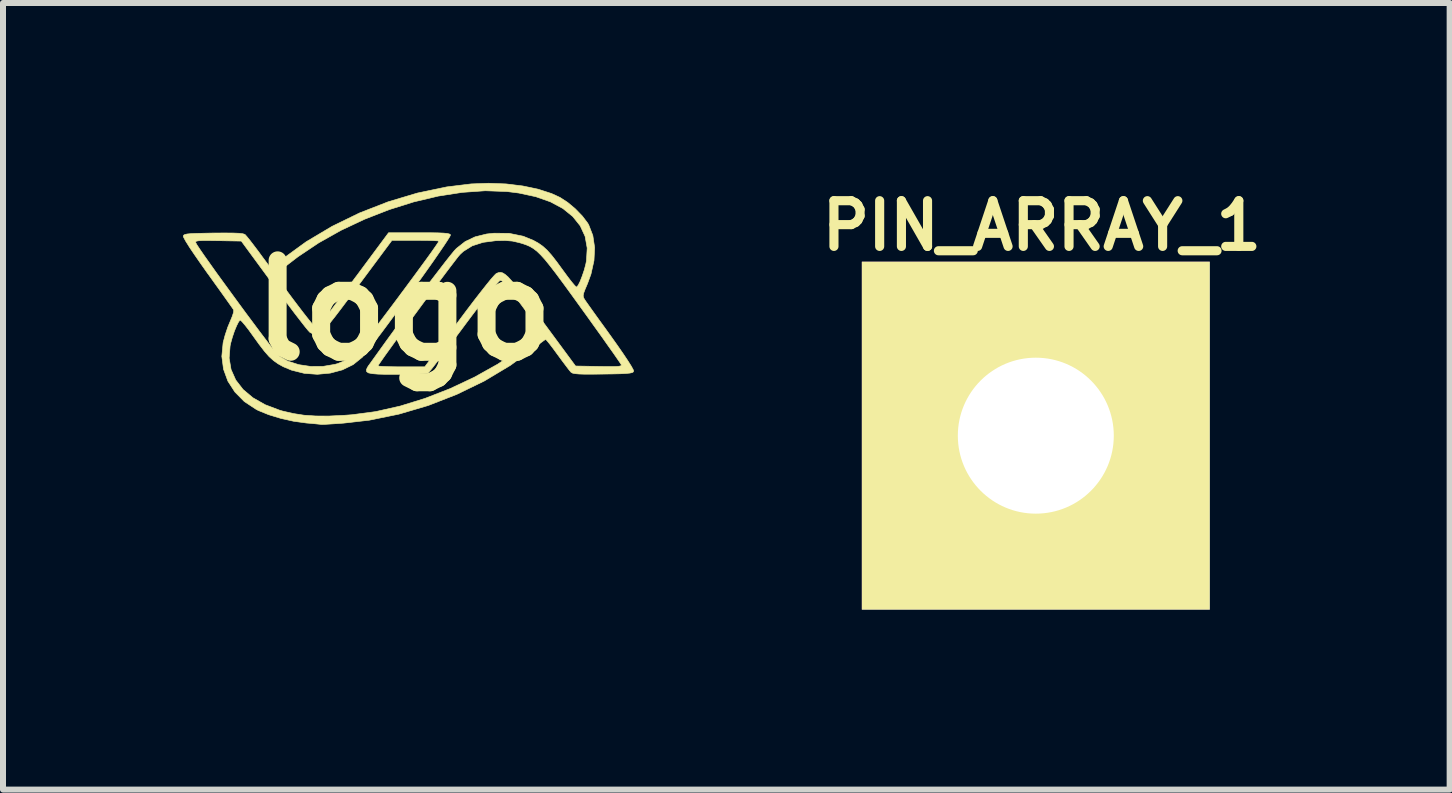
<source format=kicad_pcb>
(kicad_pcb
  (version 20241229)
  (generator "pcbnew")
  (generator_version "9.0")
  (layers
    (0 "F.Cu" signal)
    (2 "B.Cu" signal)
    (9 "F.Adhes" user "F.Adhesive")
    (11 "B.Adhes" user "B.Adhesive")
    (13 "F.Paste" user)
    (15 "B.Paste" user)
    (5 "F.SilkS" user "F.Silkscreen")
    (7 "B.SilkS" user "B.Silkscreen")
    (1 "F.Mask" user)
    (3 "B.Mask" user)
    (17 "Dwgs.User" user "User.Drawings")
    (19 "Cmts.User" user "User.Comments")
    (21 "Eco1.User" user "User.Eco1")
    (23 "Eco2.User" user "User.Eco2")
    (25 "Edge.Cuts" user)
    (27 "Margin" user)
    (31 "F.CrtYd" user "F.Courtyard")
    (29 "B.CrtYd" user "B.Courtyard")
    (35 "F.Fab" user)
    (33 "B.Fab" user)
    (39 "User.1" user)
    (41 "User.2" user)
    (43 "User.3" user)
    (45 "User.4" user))
  (footprint "PIN_ARRAY_1"
    (layer "F.Cu")
    (at 14.218 4.213)
    (property "Reference" "PIN_ARRAY_1" (at 0.1 -3.5 0) (layer "F.SilkS") (effects (font (size 0.762 0.762) (thickness 0.152))))
    (attr through_hole)
    (fp_line (start -1.27 -1.27) (end 1.27 -1.27) (stroke (width 0.152) (type solid)) (layer "F.SilkS"))
    (fp_line (start -1.27 1.27) (end -1.27 -1.27) (stroke (width 0.152) (type solid)) (layer "F.SilkS"))
    (fp_line (start 1.27 -1.27) (end 1.27 1.27) (stroke (width 0.152) (type solid)) (layer "F.SilkS"))
    (fp_line (start 1.27 1.27) (end -1.27 1.27) (stroke (width 0.152) (type solid)) (layer "F.SilkS"))
    (pad "1" thru_hole rect (at 0 0) (size 5.8 5.8) (drill 2.6) (layers "*.Cu" "*.Mask" "F.SilkS")))
  (footprint "logo"
    (layer "F.Cu")
    (at 3.683 2.125)
    (property "Reference" "logo" (at 0 0 0) (layer "F.SilkS") (effects (font (size 1.524 1.524) (thickness 0.3))))
    (attr through_hole)
    (fp_poly (pts (xy 1.703 -2.109) (xy 1.981 -2.075) (xy 2.238 -2.021) (xy 2.463 -1.948) (xy 2.602 -1.884) (xy 2.73 -1.801) (xy 2.86 -1.692) (xy 2.976 -1.572) (xy 3.064 -1.456) (xy 3.081 -1.427) (xy 3.15 -1.249) (xy 3.18 -1.047) (xy 3.169 -0.83) (xy 3.119 -0.605) (xy 3.062 -0.449) (xy 3.02 -0.35) (xy 2.996 -0.285) (xy 2.989 -0.242) (xy 2.997 -0.21) (xy 3.015 -0.179) (xy 3.041 -0.141) (xy 3.092 -0.069) (xy 3.164 0.032) (xy 3.253 0.156) (xy 3.354 0.295) (xy 3.448 0.426) (xy 3.559 0.582) (xy 3.656 0.722) (xy 3.734 0.839) (xy 3.792 0.931) (xy 3.824 0.99) (xy 3.83 1.01) (xy 3.823 1.026) (xy 3.804 1.037) (xy 3.765 1.045) (xy 3.702 1.051) (xy 3.606 1.056) (xy 3.471 1.059) (xy 3.323 1.061) (xy 3.147 1.063) (xy 3.014 1.063) (xy 2.919 1.06) (xy 2.855 1.054) (xy 2.814 1.046) (xy 2.79 1.033) (xy 2.786 1.03) (xy 2.756 0.995) (xy 2.705 0.928) (xy 2.638 0.839) (xy 2.564 0.738) (xy 2.563 0.737) (xy 2.492 0.64) (xy 2.431 0.56) (xy 2.386 0.505) (xy 2.365 0.483) (xy 2.364 0.483) (xy 2.339 0.498) (xy 2.285 0.538) (xy 2.21 0.596) (xy 2.172 0.627) (xy 1.774 0.917) (xy 1.342 1.176) (xy 0.883 1.399) (xy 0.406 1.585) (xy -0.083 1.729) (xy -0.576 1.83) (xy -1.005 1.879) (xy -1.133 1.888) (xy -1.243 1.895) (xy -1.324 1.9) (xy -1.367 1.901) (xy -1.372 1.901) (xy -1.401 1.898) (xy -1.469 1.891) (xy -1.564 1.882) (xy -1.626 1.877) (xy -1.836 1.848) (xy -2.051 1.8) (xy -2.255 1.738) (xy -2.429 1.667) (xy -2.465 1.648) (xy -2.66 1.519) (xy -2.817 1.36) (xy -2.934 1.179) (xy -3.007 0.979) (xy -3.031 0.794) (xy -2.913 0.794) (xy -2.881 0.985) (xy -2.803 1.16) (xy -2.681 1.318) (xy -2.517 1.456) (xy -2.313 1.572) (xy -2.07 1.664) (xy -2.021 1.678) (xy -1.844 1.719) (xy -1.664 1.747) (xy -1.47 1.76) (xy -1.252 1.761) (xy -1 1.749) (xy -0.864 1.739) (xy -0.471 1.687) (xy -0.063 1.595) (xy 0.354 1.466) (xy 0.77 1.304) (xy 1.176 1.113) (xy 1.564 0.896) (xy 1.924 0.657) (xy 2.103 0.521) (xy 2.182 0.454) (xy 2.243 0.399) (xy 2.277 0.362) (xy 2.28 0.353) (xy 2.264 0.327) (xy 2.221 0.267) (xy 2.158 0.179) (xy 2.078 0.07) (xy 1.986 -0.055) (xy 1.961 -0.089) (xy 1.841 -0.249) (xy 1.748 -0.368) (xy 1.678 -0.448) (xy 1.631 -0.493) (xy 1.606 -0.503) (xy 1.582 -0.481) (xy 1.531 -0.423) (xy 1.458 -0.333) (xy 1.365 -0.216) (xy 1.257 -0.076) (xy 1.137 0.082) (xy 1.009 0.253) (xy 1.002 0.263) (xy 0.873 0.436) (xy 0.753 0.596) (xy 0.645 0.739) (xy 0.552 0.859) (xy 0.479 0.954) (xy 0.428 1.016) (xy 0.404 1.043) (xy 0.404 1.044) (xy 0.368 1.051) (xy 0.29 1.057) (xy 0.179 1.062) (xy 0.043 1.065) (xy -0.105 1.066) (xy -0.291 1.066) (xy -0.431 1.062) (xy -0.529 1.054) (xy -0.592 1.041) (xy -0.622 1.019) (xy -0.625 0.989) (xy -0.607 0.948) (xy -0.591 0.925) (xy -0.432 0.925) (xy -0.408 0.93) (xy -0.342 0.934) (xy -0.242 0.938) (xy -0.118 0.94) (xy -0.042 0.94) (xy 0.349 0.94) (xy 0.915 0.175) (xy 1.045 0.001) (xy 1.167 -0.16) (xy 1.279 -0.304) (xy 1.376 -0.427) (xy 1.454 -0.523) (xy 1.511 -0.587) (xy 1.541 -0.616) (xy 1.542 -0.616) (xy 1.577 -0.63) (xy 1.61 -0.634) (xy 1.646 -0.626) (xy 1.687 -0.601) (xy 1.737 -0.558) (xy 1.798 -0.491) (xy 1.875 -0.399) (xy 1.97 -0.277) (xy 2.087 -0.122) (xy 2.229 0.069) (xy 2.3 0.165) (xy 2.862 0.927) (xy 3.25 0.934) (xy 3.399 0.936) (xy 3.505 0.936) (xy 3.573 0.933) (xy 3.611 0.926) (xy 3.625 0.915) (xy 3.624 0.904) (xy 3.606 0.876) (xy 3.562 0.812) (xy 3.495 0.715) (xy 3.406 0.59) (xy 3.301 0.441) (xy 3.181 0.274) (xy 3.05 0.091) (xy 2.959 -0.035) (xy 2.793 -0.265) (xy 2.653 -0.457) (xy 2.535 -0.616) (xy 2.436 -0.744) (xy 2.353 -0.847) (xy 2.281 -0.926) (xy 2.218 -0.987) (xy 2.159 -1.032) (xy 2.102 -1.066) (xy 2.042 -1.092) (xy 1.976 -1.115) (xy 1.919 -1.131) (xy 1.809 -1.156) (xy 1.688 -1.166) (xy 1.538 -1.163) (xy 1.536 -1.163) (xy 1.32 -1.135) (xy 1.14 -1.077) (xy 0.992 -0.985) (xy 0.938 -0.935) (xy 0.908 -0.901) (xy 0.854 -0.831) (xy 0.779 -0.733) (xy 0.686 -0.61) (xy 0.58 -0.468) (xy 0.464 -0.312) (xy 0.341 -0.147) (xy 0.216 0.023) (xy 0.092 0.191) (xy -0.027 0.354) (xy -0.137 0.506) (xy -0.235 0.642) (xy -0.318 0.757) (xy -0.38 0.846) (xy -0.42 0.904) (xy -0.432 0.925) (xy -0.591 0.925) (xy -0.58 0.909) (xy -0.436 0.708) (xy -0.285 0.498) (xy -0.13 0.285) (xy 0.026 0.074) (xy 0.178 -0.132) (xy 0.325 -0.328) (xy 0.461 -0.51) (xy 0.585 -0.671) (xy 0.692 -0.81) (xy 0.779 -0.92) (xy 0.842 -0.997) (xy 0.876 -1.033) (xy 1.022 -1.148) (xy 1.186 -1.226) (xy 1.379 -1.274) (xy 1.501 -1.287) (xy 1.754 -1.285) (xy 1.989 -1.237) (xy 2.158 -1.168) (xy 2.241 -1.122) (xy 2.315 -1.07) (xy 2.386 -1.006) (xy 2.462 -0.921) (xy 2.55 -0.808) (xy 2.658 -0.66) (xy 2.659 -0.659) (xy 2.733 -0.558) (xy 2.798 -0.474) (xy 2.848 -0.415) (xy 2.876 -0.389) (xy 2.879 -0.389) (xy 2.905 -0.418) (xy 2.938 -0.483) (xy 2.973 -0.573) (xy 3.007 -0.673) (xy 3.033 -0.772) (xy 3.044 -0.828) (xy 3.056 -1.04) (xy 3.021 -1.235) (xy 2.94 -1.41) (xy 2.816 -1.565) (xy 2.651 -1.699) (xy 2.444 -1.81) (xy 2.199 -1.896) (xy 1.916 -1.957) (xy 1.718 -1.982) (xy 1.357 -1.995) (xy 0.973 -1.968) (xy 0.573 -1.906) (xy 0.164 -1.809) (xy -0.246 -1.68) (xy -0.651 -1.522) (xy -1.045 -1.337) (xy -1.419 -1.127) (xy -1.767 -0.894) (xy -1.962 -0.744) (xy -2.039 -0.679) (xy -2.098 -0.626) (xy -2.129 -0.594) (xy -2.133 -0.588) (xy -2.117 -0.559) (xy -2.076 -0.498) (xy -2.015 -0.412) (xy -1.939 -0.309) (xy -1.855 -0.196) (xy -1.768 -0.081) (xy -1.684 0.029) (xy -1.608 0.126) (xy -1.546 0.203) (xy -1.504 0.251) (xy -1.49 0.264) (xy -1.477 0.273) (xy -1.466 0.278) (xy -1.454 0.278) (xy -1.437 0.269) (xy -1.413 0.247) (xy -1.379 0.209) (xy -1.332 0.15) (xy -1.27 0.069) (xy -1.188 -0.039) (xy -1.086 -0.176) (xy -0.958 -0.348) (xy -0.804 -0.556) (xy -0.787 -0.578) (xy -0.255 -1.295) (xy 0.254 -1.295) (xy 0.432 -1.295) (xy 0.565 -1.293) (xy 0.66 -1.289) (xy 0.723 -1.283) (xy 0.759 -1.274) (xy 0.776 -1.262) (xy 0.778 -1.259) (xy 0.766 -1.232) (xy 0.727 -1.169) (xy 0.665 -1.075) (xy 0.583 -0.955) (xy 0.485 -0.813) (xy 0.373 -0.655) (xy 0.252 -0.485) (xy 0.125 -0.308) (xy -0.004 -0.129) (xy -0.133 0.047) (xy -0.257 0.215) (xy -0.373 0.371) (xy -0.478 0.51) (xy -0.568 0.627) (xy -0.64 0.717) (xy -0.689 0.776) (xy -0.695 0.782) (xy -0.845 0.903) (xy -1.025 0.991) (xy -1.227 1.045) (xy -1.442 1.065) (xy -1.66 1.049) (xy -1.872 0.996) (xy -2.011 0.938) (xy -2.097 0.89) (xy -2.173 0.836) (xy -2.247 0.769) (xy -2.325 0.68) (xy -2.415 0.563) (xy -2.515 0.424) (xy -2.587 0.324) (xy -2.651 0.242) (xy -2.7 0.185) (xy -2.728 0.161) (xy -2.731 0.161) (xy -2.755 0.19) (xy -2.788 0.255) (xy -2.825 0.344) (xy -2.859 0.445) (xy -2.887 0.545) (xy -2.897 0.591) (xy -2.913 0.794) (xy -3.031 0.794) (xy -3.035 0.766) (xy -3.014 0.545) (xy -3.013 0.536) (xy -2.98 0.412) (xy -2.936 0.28) (xy -2.896 0.184) (xy -2.861 0.099) (xy -2.839 0.031) (xy -2.837 -0.008) (xy -2.837 -0.009) (xy -2.856 -0.036) (xy -2.901 -0.1) (xy -2.967 -0.193) (xy -3.051 -0.311) (xy -3.149 -0.447) (xy -3.257 -0.598) (xy -3.271 -0.616) (xy -3.388 -0.782) (xy -3.49 -0.929) (xy -3.573 -1.052) (xy -3.631 -1.145) (xy -3.472 -1.145) (xy -3.47 -1.13) (xy -3.449 -1.092) (xy -3.4 -1.018) (xy -3.329 -0.915) (xy -3.239 -0.788) (xy -3.134 -0.64) (xy -3.017 -0.479) (xy -2.893 -0.309) (xy -2.766 -0.135) (xy -2.639 0.038) (xy -2.516 0.203) (xy -2.401 0.357) (xy -2.298 0.493) (xy -2.211 0.607) (xy -2.143 0.692) (xy -2.099 0.745) (xy -2.086 0.758) (xy -1.936 0.845) (xy -1.754 0.904) (xy -1.554 0.934) (xy -1.348 0.933) (xy -1.148 0.899) (xy -1.105 0.887) (xy -0.951 0.824) (xy -0.827 0.736) (xy -0.823 0.732) (xy -0.792 0.697) (xy -0.736 0.628) (xy -0.659 0.529) (xy -0.565 0.407) (xy -0.456 0.264) (xy -0.338 0.108) (xy -0.213 -0.058) (xy -0.085 -0.229) (xy 0.041 -0.399) (xy 0.163 -0.564) (xy 0.276 -0.718) (xy 0.377 -0.856) (xy 0.462 -0.974) (xy 0.527 -1.067) (xy 0.569 -1.129) (xy 0.584 -1.156) (xy 0.584 -1.156) (xy 0.56 -1.16) (xy 0.494 -1.164) (xy 0.395 -1.167) (xy 0.27 -1.168) (xy 0.193 -1.168) (xy -0.199 -1.168) (xy -0.773 -0.396) (xy -0.924 -0.193) (xy -1.048 -0.028) (xy -1.148 0.103) (xy -1.228 0.204) (xy -1.291 0.28) (xy -1.339 0.333) (xy -1.376 0.367) (xy -1.405 0.387) (xy -1.426 0.395) (xy -1.508 0.396) (xy -1.567 0.365) (xy -1.596 0.334) (xy -1.651 0.267) (xy -1.728 0.168) (xy -1.824 0.044) (xy -1.934 -0.102) (xy -2.054 -0.263) (xy -2.169 -0.419) (xy -2.71 -1.156) (xy -3.098 -1.163) (xy -3.246 -1.165) (xy -3.351 -1.165) (xy -3.419 -1.162) (xy -3.457 -1.155) (xy -3.472 -1.145) (xy -3.631 -1.145) (xy -3.634 -1.149) (xy -3.669 -1.213) (xy -3.678 -1.238) (xy -3.671 -1.254) (xy -3.652 -1.265) (xy -3.614 -1.274) (xy -3.551 -1.28) (xy -3.457 -1.284) (xy -3.323 -1.287) (xy -3.178 -1.29) (xy -2.99 -1.291) (xy -2.849 -1.29) (xy -2.748 -1.286) (xy -2.684 -1.278) (xy -2.65 -1.267) (xy -2.648 -1.265) (xy -2.619 -1.233) (xy -2.567 -1.169) (xy -2.501 -1.083) (xy -2.432 -0.992) (xy -2.361 -0.895) (xy -2.299 -0.812) (xy -2.255 -0.753) (xy -2.234 -0.727) (xy -2.206 -0.732) (xy -2.15 -0.764) (xy -2.073 -0.818) (xy -2.024 -0.857) (xy -1.628 -1.145) (xy -1.198 -1.401) (xy -0.741 -1.624) (xy -0.264 -1.81) (xy 0.223 -1.956) (xy 0.714 -2.059) (xy 1.121 -2.109) (xy 1.413 -2.12) (xy 1.703 -2.109)) (stroke (width 0.01) (type solid)) (fill yes) (layer "F.SilkS")))
  (gr_rect
    (start -3 -3)
    (end 21.117 10.113)
    (stroke (width 0.1) (type default))
    (fill no)
    (layer "Edge.Cuts")))
</source>
